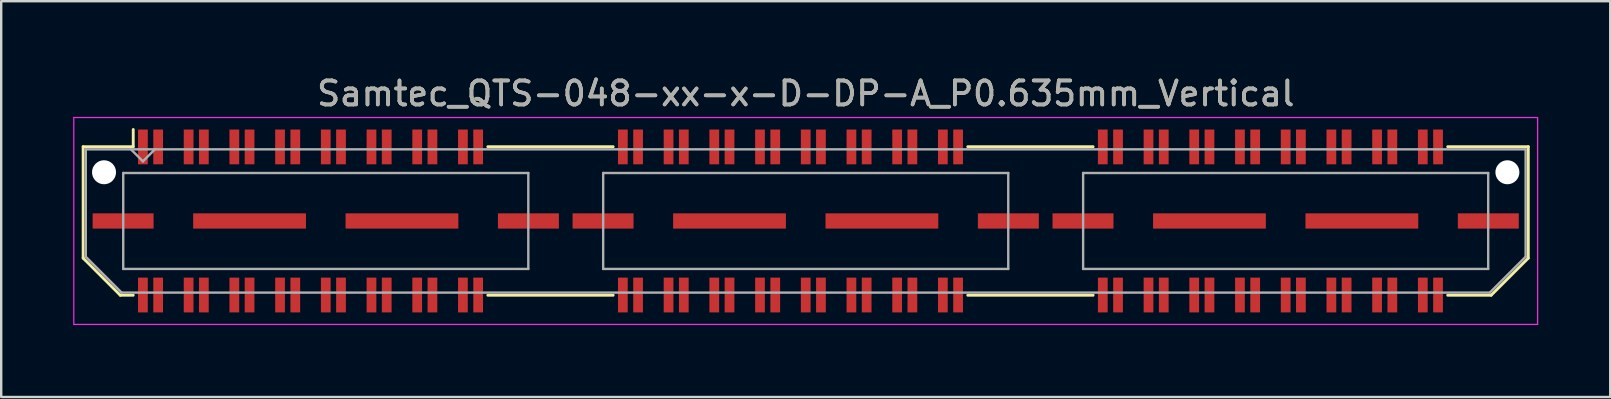
<source format=kicad_pcb>
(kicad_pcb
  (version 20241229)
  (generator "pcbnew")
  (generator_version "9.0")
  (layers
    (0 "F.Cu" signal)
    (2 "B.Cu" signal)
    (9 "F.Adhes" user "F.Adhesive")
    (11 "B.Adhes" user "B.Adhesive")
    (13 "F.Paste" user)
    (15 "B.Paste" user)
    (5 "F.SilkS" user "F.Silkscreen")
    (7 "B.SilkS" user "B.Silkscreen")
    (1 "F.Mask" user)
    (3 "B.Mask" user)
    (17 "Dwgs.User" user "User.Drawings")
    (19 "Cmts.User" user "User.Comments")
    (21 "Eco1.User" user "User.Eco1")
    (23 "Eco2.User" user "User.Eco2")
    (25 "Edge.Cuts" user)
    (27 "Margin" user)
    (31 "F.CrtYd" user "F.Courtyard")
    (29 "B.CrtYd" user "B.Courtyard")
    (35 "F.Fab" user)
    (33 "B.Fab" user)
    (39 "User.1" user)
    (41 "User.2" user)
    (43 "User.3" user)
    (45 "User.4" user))
  (footprint "Samtec_QTS-048-xx-x-D-DP-A_P0.635mm_Vertical"
    (layer "F.Cu")
    (at 30.525 6.158)
    (property "Reference" "Samtec_QTS-048-xx-x-D-DP-A_P0.635mm_Vertical" (at 0 -5.31 0) (layer "F.SilkS") (effects (font (size 1 1) (thickness 0.15))))
    (attr smd)
    (fp_line (start -30.11 -3.095) (end -30.11 1.548) (stroke (width 0.12) (type solid)) (layer "F.SilkS"))
    (fp_line (start -30.11 1.548) (end -28.562 3.095) (stroke (width 0.12) (type solid)) (layer "F.SilkS"))
    (fp_line (start -28.562 3.095) (end -28.023 3.095) (stroke (width 0.12) (type solid)) (layer "F.SilkS"))
    (fp_line (start -28.023 -3.811) (end -28.023 -3.095) (stroke (width 0.12) (type solid)) (layer "F.SilkS"))
    (fp_line (start -28.023 -3.095) (end -30.11 -3.095) (stroke (width 0.12) (type solid)) (layer "F.SilkS"))
    (fp_line (start -13.247 -3.095) (end -8.023 -3.095) (stroke (width 0.12) (type solid)) (layer "F.SilkS"))
    (fp_line (start -13.247 3.095) (end -8.023 3.095) (stroke (width 0.12) (type solid)) (layer "F.SilkS"))
    (fp_line (start 6.753 -3.095) (end 11.977 -3.095) (stroke (width 0.12) (type solid)) (layer "F.SilkS"))
    (fp_line (start 6.753 3.095) (end 11.977 3.095) (stroke (width 0.12) (type solid)) (layer "F.SilkS"))
    (fp_line (start 26.753 -3.095) (end 30.11 -3.095) (stroke (width 0.12) (type solid)) (layer "F.SilkS"))
    (fp_line (start 28.562 3.095) (end 26.753 3.095) (stroke (width 0.12) (type solid)) (layer "F.SilkS"))
    (fp_line (start 30.11 -3.095) (end 30.11 1.548) (stroke (width 0.12) (type solid)) (layer "F.SilkS"))
    (fp_line (start 30.11 1.548) (end 28.562 3.095) (stroke (width 0.12) (type solid)) (layer "F.SilkS"))
    (fp_line (start -30.5 -4.31) (end -30.5 4.31) (stroke (width 0.05) (type solid)) (layer "F.CrtYd"))
    (fp_line (start -30.5 4.31) (end 30.5 4.31) (stroke (width 0.05) (type solid)) (layer "F.CrtYd"))
    (fp_line (start 30.5 -4.31) (end -30.5 -4.31) (stroke (width 0.05) (type solid)) (layer "F.CrtYd"))
    (fp_line (start 30.5 4.31) (end 30.5 -4.31) (stroke (width 0.05) (type solid)) (layer "F.CrtYd"))
    (fp_line (start -30 -2.985) (end -30 1.492) (stroke (width 0.1) (type solid)) (layer "F.Fab"))
    (fp_line (start -30 -2.985) (end 30 -2.985) (stroke (width 0.1) (type solid)) (layer "F.Fab"))
    (fp_line (start -30 1.492) (end -28.508 2.985) (stroke (width 0.1) (type solid)) (layer "F.Fab"))
    (fp_line (start -28.508 2.985) (end 28.508 2.985) (stroke (width 0.1) (type solid)) (layer "F.Fab"))
    (fp_line (start -28.44 -2) (end -28.44 2) (stroke (width 0.1) (type solid)) (layer "F.Fab"))
    (fp_line (start -28.44 2) (end -11.56 2) (stroke (width 0.1) (type solid)) (layer "F.Fab"))
    (fp_line (start -27.62 -2.485) (end -28.12 -2.985) (stroke (width 0.1) (type solid)) (layer "F.Fab"))
    (fp_line (start -27.12 -2.985) (end -27.62 -2.485) (stroke (width 0.1) (type solid)) (layer "F.Fab"))
    (fp_line (start -11.56 -2) (end -28.44 -2) (stroke (width 0.1) (type solid)) (layer "F.Fab"))
    (fp_line (start -11.56 2) (end -11.56 -2) (stroke (width 0.1) (type solid)) (layer "F.Fab"))
    (fp_line (start -8.44 -2) (end -8.44 2) (stroke (width 0.1) (type solid)) (layer "F.Fab"))
    (fp_line (start -8.44 2) (end 8.44 2) (stroke (width 0.1) (type solid)) (layer "F.Fab"))
    (fp_line (start 8.44 -2) (end -8.44 -2) (stroke (width 0.1) (type solid)) (layer "F.Fab"))
    (fp_line (start 8.44 2) (end 8.44 -2) (stroke (width 0.1) (type solid)) (layer "F.Fab"))
    (fp_line (start 11.56 -2) (end 11.56 2) (stroke (width 0.1) (type solid)) (layer "F.Fab"))
    (fp_line (start 11.56 2) (end 28.44 2) (stroke (width 0.1) (type solid)) (layer "F.Fab"))
    (fp_line (start 28.44 -2) (end 11.56 -2) (stroke (width 0.1) (type solid)) (layer "F.Fab"))
    (fp_line (start 28.44 2) (end 28.44 -2) (stroke (width 0.1) (type solid)) (layer "F.Fab"))
    (fp_line (start 30 -2.985) (end 30 1.492) (stroke (width 0.1) (type solid)) (layer "F.Fab"))
    (fp_line (start 30 1.492) (end 28.508 2.985) (stroke (width 0.1) (type solid)) (layer "F.Fab"))
    (fp_text user "${REFERENCE}" (at 0 -5.31 0) (layer "F.Fab") (effects (font (size 1 1) (thickness 0.15))))
    (pad "" np_thru_hole circle (at -29.24 -2.03) (size 1 1) (drill 1) (layers "*.Cu" "*.Mask"))
    (pad "" np_thru_hole circle (at 29.24 -2.03) (size 1 1) (drill 1) (layers "*.Cu" "*.Mask"))
    (pad "1" smd rect (at -27.62 -3.086) (size 0.406 1.45) (layers "F.Cu" "F.Mask" "F.Paste"))
    (pad "2" smd rect (at -27.62 3.086) (size 0.406 1.45) (layers "F.Cu" "F.Mask" "F.Paste"))
    (pad "3" smd rect (at -26.985 -3.086) (size 0.406 1.45) (layers "F.Cu" "F.Mask" "F.Paste"))
    (pad "4" smd rect (at -26.985 3.086) (size 0.406 1.45) (layers "F.Cu" "F.Mask" "F.Paste"))
    (pad "5" smd rect (at -25.715 -3.086) (size 0.406 1.45) (layers "F.Cu" "F.Mask" "F.Paste"))
    (pad "6" smd rect (at -25.715 3.086) (size 0.406 1.45) (layers "F.Cu" "F.Mask" "F.Paste"))
    (pad "7" smd rect (at -25.08 -3.086) (size 0.406 1.45) (layers "F.Cu" "F.Mask" "F.Paste"))
    (pad "8" smd rect (at -25.08 3.086) (size 0.406 1.45) (layers "F.Cu" "F.Mask" "F.Paste"))
    (pad "9" smd rect (at -23.81 -3.086) (size 0.406 1.45) (layers "F.Cu" "F.Mask" "F.Paste"))
    (pad "10" smd rect (at -23.81 3.086) (size 0.406 1.45) (layers "F.Cu" "F.Mask" "F.Paste"))
    (pad "11" smd rect (at -23.175 -3.086) (size 0.406 1.45) (layers "F.Cu" "F.Mask" "F.Paste"))
    (pad "12" smd rect (at -23.175 3.086) (size 0.406 1.45) (layers "F.Cu" "F.Mask" "F.Paste"))
    (pad "13" smd rect (at -21.905 -3.086) (size 0.406 1.45) (layers "F.Cu" "F.Mask" "F.Paste"))
    (pad "14" smd rect (at -21.905 3.086) (size 0.406 1.45) (layers "F.Cu" "F.Mask" "F.Paste"))
    (pad "15" smd rect (at -21.27 -3.086) (size 0.406 1.45) (layers "F.Cu" "F.Mask" "F.Paste"))
    (pad "16" smd rect (at -21.27 3.086) (size 0.406 1.45) (layers "F.Cu" "F.Mask" "F.Paste"))
    (pad "17" smd rect (at -20 -3.086) (size 0.406 1.45) (layers "F.Cu" "F.Mask" "F.Paste"))
    (pad "18" smd rect (at -20 3.086) (size 0.406 1.45) (layers "F.Cu" "F.Mask" "F.Paste"))
    (pad "19" smd rect (at -19.365 -3.086) (size 0.406 1.45) (layers "F.Cu" "F.Mask" "F.Paste"))
    (pad "20" smd rect (at -19.365 3.086) (size 0.406 1.45) (layers "F.Cu" "F.Mask" "F.Paste"))
    (pad "21" smd rect (at -18.095 -3.086) (size 0.406 1.45) (layers "F.Cu" "F.Mask" "F.Paste"))
    (pad "22" smd rect (at -18.095 3.086) (size 0.406 1.45) (layers "F.Cu" "F.Mask" "F.Paste"))
    (pad "23" smd rect (at -17.46 -3.086) (size 0.406 1.45) (layers "F.Cu" "F.Mask" "F.Paste"))
    (pad "24" smd rect (at -17.46 3.086) (size 0.406 1.45) (layers "F.Cu" "F.Mask" "F.Paste"))
    (pad "25" smd rect (at -16.19 -3.086) (size 0.406 1.45) (layers "F.Cu" "F.Mask" "F.Paste"))
    (pad "26" smd rect (at -16.19 3.086) (size 0.406 1.45) (layers "F.Cu" "F.Mask" "F.Paste"))
    (pad "27" smd rect (at -15.555 -3.086) (size 0.406 1.45) (layers "F.Cu" "F.Mask" "F.Paste"))
    (pad "28" smd rect (at -15.555 3.086) (size 0.406 1.45) (layers "F.Cu" "F.Mask" "F.Paste"))
    (pad "29" smd rect (at -14.285 -3.086) (size 0.406 1.45) (layers "F.Cu" "F.Mask" "F.Paste"))
    (pad "30" smd rect (at -14.285 3.086) (size 0.406 1.45) (layers "F.Cu" "F.Mask" "F.Paste"))
    (pad "31" smd rect (at -13.65 -3.086) (size 0.406 1.45) (layers "F.Cu" "F.Mask" "F.Paste"))
    (pad "32" smd rect (at -13.65 3.086) (size 0.406 1.45) (layers "F.Cu" "F.Mask" "F.Paste"))
    (pad "33" smd rect (at -7.62 -3.086) (size 0.406 1.45) (layers "F.Cu" "F.Mask" "F.Paste"))
    (pad "34" smd rect (at -7.62 3.086) (size 0.406 1.45) (layers "F.Cu" "F.Mask" "F.Paste"))
    (pad "35" smd rect (at -6.985 -3.086) (size 0.406 1.45) (layers "F.Cu" "F.Mask" "F.Paste"))
    (pad "36" smd rect (at -6.985 3.086) (size 0.406 1.45) (layers "F.Cu" "F.Mask" "F.Paste"))
    (pad "37" smd rect (at -5.715 -3.086) (size 0.406 1.45) (layers "F.Cu" "F.Mask" "F.Paste"))
    (pad "38" smd rect (at -5.715 3.086) (size 0.406 1.45) (layers "F.Cu" "F.Mask" "F.Paste"))
    (pad "39" smd rect (at -5.08 -3.086) (size 0.406 1.45) (layers "F.Cu" "F.Mask" "F.Paste"))
    (pad "40" smd rect (at -5.08 3.086) (size 0.406 1.45) (layers "F.Cu" "F.Mask" "F.Paste"))
    (pad "41" smd rect (at -3.81 -3.086) (size 0.406 1.45) (layers "F.Cu" "F.Mask" "F.Paste"))
    (pad "42" smd rect (at -3.81 3.086) (size 0.406 1.45) (layers "F.Cu" "F.Mask" "F.Paste"))
    (pad "43" smd rect (at -3.175 -3.086) (size 0.406 1.45) (layers "F.Cu" "F.Mask" "F.Paste"))
    (pad "44" smd rect (at -3.175 3.086) (size 0.406 1.45) (layers "F.Cu" "F.Mask" "F.Paste"))
    (pad "45" smd rect (at -1.905 -3.086) (size 0.406 1.45) (layers "F.Cu" "F.Mask" "F.Paste"))
    (pad "46" smd rect (at -1.905 3.086) (size 0.406 1.45) (layers "F.Cu" "F.Mask" "F.Paste"))
    (pad "47" smd rect (at -1.27 -3.086) (size 0.406 1.45) (layers "F.Cu" "F.Mask" "F.Paste"))
    (pad "48" smd rect (at -1.27 3.086) (size 0.406 1.45) (layers "F.Cu" "F.Mask" "F.Paste"))
    (pad "49" smd rect (at 0 -3.086) (size 0.406 1.45) (layers "F.Cu" "F.Mask" "F.Paste"))
    (pad "50" smd rect (at 0 3.086) (size 0.406 1.45) (layers "F.Cu" "F.Mask" "F.Paste"))
    (pad "51" smd rect (at 0.635 -3.086) (size 0.406 1.45) (layers "F.Cu" "F.Mask" "F.Paste"))
    (pad "52" smd rect (at 0.635 3.086) (size 0.406 1.45) (layers "F.Cu" "F.Mask" "F.Paste"))
    (pad "53" smd rect (at 1.905 -3.086) (size 0.406 1.45) (layers "F.Cu" "F.Mask" "F.Paste"))
    (pad "54" smd rect (at 1.905 3.086) (size 0.406 1.45) (layers "F.Cu" "F.Mask" "F.Paste"))
    (pad "55" smd rect (at 2.54 -3.086) (size 0.406 1.45) (layers "F.Cu" "F.Mask" "F.Paste"))
    (pad "56" smd rect (at 2.54 3.086) (size 0.406 1.45) (layers "F.Cu" "F.Mask" "F.Paste"))
    (pad "57" smd rect (at 3.81 -3.086) (size 0.406 1.45) (layers "F.Cu" "F.Mask" "F.Paste"))
    (pad "58" smd rect (at 3.81 3.086) (size 0.406 1.45) (layers "F.Cu" "F.Mask" "F.Paste"))
    (pad "59" smd rect (at 4.445 -3.086) (size 0.406 1.45) (layers "F.Cu" "F.Mask" "F.Paste"))
    (pad "60" smd rect (at 4.445 3.086) (size 0.406 1.45) (layers "F.Cu" "F.Mask" "F.Paste"))
    (pad "61" smd rect (at 5.715 -3.086) (size 0.406 1.45) (layers "F.Cu" "F.Mask" "F.Paste"))
    (pad "62" smd rect (at 5.715 3.086) (size 0.406 1.45) (layers "F.Cu" "F.Mask" "F.Paste"))
    (pad "63" smd rect (at 6.35 -3.086) (size 0.406 1.45) (layers "F.Cu" "F.Mask" "F.Paste"))
    (pad "64" smd rect (at 6.35 3.086) (size 0.406 1.45) (layers "F.Cu" "F.Mask" "F.Paste"))
    (pad "65" smd rect (at 12.38 -3.086) (size 0.406 1.45) (layers "F.Cu" "F.Mask" "F.Paste"))
    (pad "66" smd rect (at 12.38 3.086) (size 0.406 1.45) (layers "F.Cu" "F.Mask" "F.Paste"))
    (pad "67" smd rect (at 13.015 -3.086) (size 0.406 1.45) (layers "F.Cu" "F.Mask" "F.Paste"))
    (pad "68" smd rect (at 13.015 3.086) (size 0.406 1.45) (layers "F.Cu" "F.Mask" "F.Paste"))
    (pad "69" smd rect (at 14.285 -3.086) (size 0.406 1.45) (layers "F.Cu" "F.Mask" "F.Paste"))
    (pad "70" smd rect (at 14.285 3.086) (size 0.406 1.45) (layers "F.Cu" "F.Mask" "F.Paste"))
    (pad "71" smd rect (at 14.92 -3.086) (size 0.406 1.45) (layers "F.Cu" "F.Mask" "F.Paste"))
    (pad "72" smd rect (at 14.92 3.086) (size 0.406 1.45) (layers "F.Cu" "F.Mask" "F.Paste"))
    (pad "73" smd rect (at 16.19 -3.086) (size 0.406 1.45) (layers "F.Cu" "F.Mask" "F.Paste"))
    (pad "74" smd rect (at 16.19 3.086) (size 0.406 1.45) (layers "F.Cu" "F.Mask" "F.Paste"))
    (pad "75" smd rect (at 16.825 -3.086) (size 0.406 1.45) (layers "F.Cu" "F.Mask" "F.Paste"))
    (pad "76" smd rect (at 16.825 3.086) (size 0.406 1.45) (layers "F.Cu" "F.Mask" "F.Paste"))
    (pad "77" smd rect (at 18.095 -3.086) (size 0.406 1.45) (layers "F.Cu" "F.Mask" "F.Paste"))
    (pad "78" smd rect (at 18.095 3.086) (size 0.406 1.45) (layers "F.Cu" "F.Mask" "F.Paste"))
    (pad "79" smd rect (at 18.73 -3.086) (size 0.406 1.45) (layers "F.Cu" "F.Mask" "F.Paste"))
    (pad "80" smd rect (at 18.73 3.086) (size 0.406 1.45) (layers "F.Cu" "F.Mask" "F.Paste"))
    (pad "81" smd rect (at 20 -3.086) (size 0.406 1.45) (layers "F.Cu" "F.Mask" "F.Paste"))
    (pad "82" smd rect (at 20 3.086) (size 0.406 1.45) (layers "F.Cu" "F.Mask" "F.Paste"))
    (pad "83" smd rect (at 20.635 -3.086) (size 0.406 1.45) (layers "F.Cu" "F.Mask" "F.Paste"))
    (pad "84" smd rect (at 20.635 3.086) (size 0.406 1.45) (layers "F.Cu" "F.Mask" "F.Paste"))
    (pad "85" smd rect (at 21.905 -3.086) (size 0.406 1.45) (layers "F.Cu" "F.Mask" "F.Paste"))
    (pad "86" smd rect (at 21.905 3.086) (size 0.406 1.45) (layers "F.Cu" "F.Mask" "F.Paste"))
    (pad "87" smd rect (at 22.54 -3.086) (size 0.406 1.45) (layers "F.Cu" "F.Mask" "F.Paste"))
    (pad "88" smd rect (at 22.54 3.086) (size 0.406 1.45) (layers "F.Cu" "F.Mask" "F.Paste"))
    (pad "89" smd rect (at 23.81 -3.086) (size 0.406 1.45) (layers "F.Cu" "F.Mask" "F.Paste"))
    (pad "90" smd rect (at 23.81 3.086) (size 0.406 1.45) (layers "F.Cu" "F.Mask" "F.Paste"))
    (pad "91" smd rect (at 24.445 -3.086) (size 0.406 1.45) (layers "F.Cu" "F.Mask" "F.Paste"))
    (pad "92" smd rect (at 24.445 3.086) (size 0.406 1.45) (layers "F.Cu" "F.Mask" "F.Paste"))
    (pad "93" smd rect (at 25.715 -3.086) (size 0.406 1.45) (layers "F.Cu" "F.Mask" "F.Paste"))
    (pad "94" smd rect (at 25.715 3.086) (size 0.406 1.45) (layers "F.Cu" "F.Mask" "F.Paste"))
    (pad "95" smd rect (at 26.35 -3.086) (size 0.406 1.45) (layers "F.Cu" "F.Mask" "F.Paste"))
    (pad "96" smd rect (at 26.35 3.086) (size 0.406 1.45) (layers "F.Cu" "F.Mask" "F.Paste"))
    (pad "P1" smd rect (at -28.445 0) (size 2.54 0.635) (layers "F.Cu" "F.Mask" "F.Paste"))
    (pad "P1" smd rect (at -23.175 0) (size 4.7 0.635) (layers "F.Cu" "F.Mask" "F.Paste"))
    (pad "P1" smd rect (at -16.825 0) (size 4.7 0.635) (layers "F.Cu" "F.Mask" "F.Paste"))
    (pad "P1" smd rect (at -11.555 0) (size 2.54 0.635) (layers "F.Cu" "F.Mask" "F.Paste"))
    (pad "P2" smd rect (at -8.445 0) (size 2.54 0.635) (layers "F.Cu" "F.Mask" "F.Paste"))
    (pad "P2" smd rect (at -3.175 0) (size 4.7 0.635) (layers "F.Cu" "F.Mask" "F.Paste"))
    (pad "P2" smd rect (at 3.175 0) (size 4.7 0.635) (layers "F.Cu" "F.Mask" "F.Paste"))
    (pad "P2" smd rect (at 8.445 0) (size 2.54 0.635) (layers "F.Cu" "F.Mask" "F.Paste"))
    (pad "P3" smd rect (at 11.555 0) (size 2.54 0.635) (layers "F.Cu" "F.Mask" "F.Paste"))
    (pad "P3" smd rect (at 16.825 0) (size 4.7 0.635) (layers "F.Cu" "F.Mask" "F.Paste"))
    (pad "P3" smd rect (at 23.175 0) (size 4.7 0.635) (layers "F.Cu" "F.Mask" "F.Paste"))
    (pad "P3" smd rect (at 28.445 0) (size 2.54 0.635) (layers "F.Cu" "F.Mask" "F.Paste")))
  (gr_rect
    (start -3 -3)
    (end 64.05 13.493)
    (stroke (width 0.1) (type default))
    (fill no)
    (layer "Edge.Cuts")))
</source>
